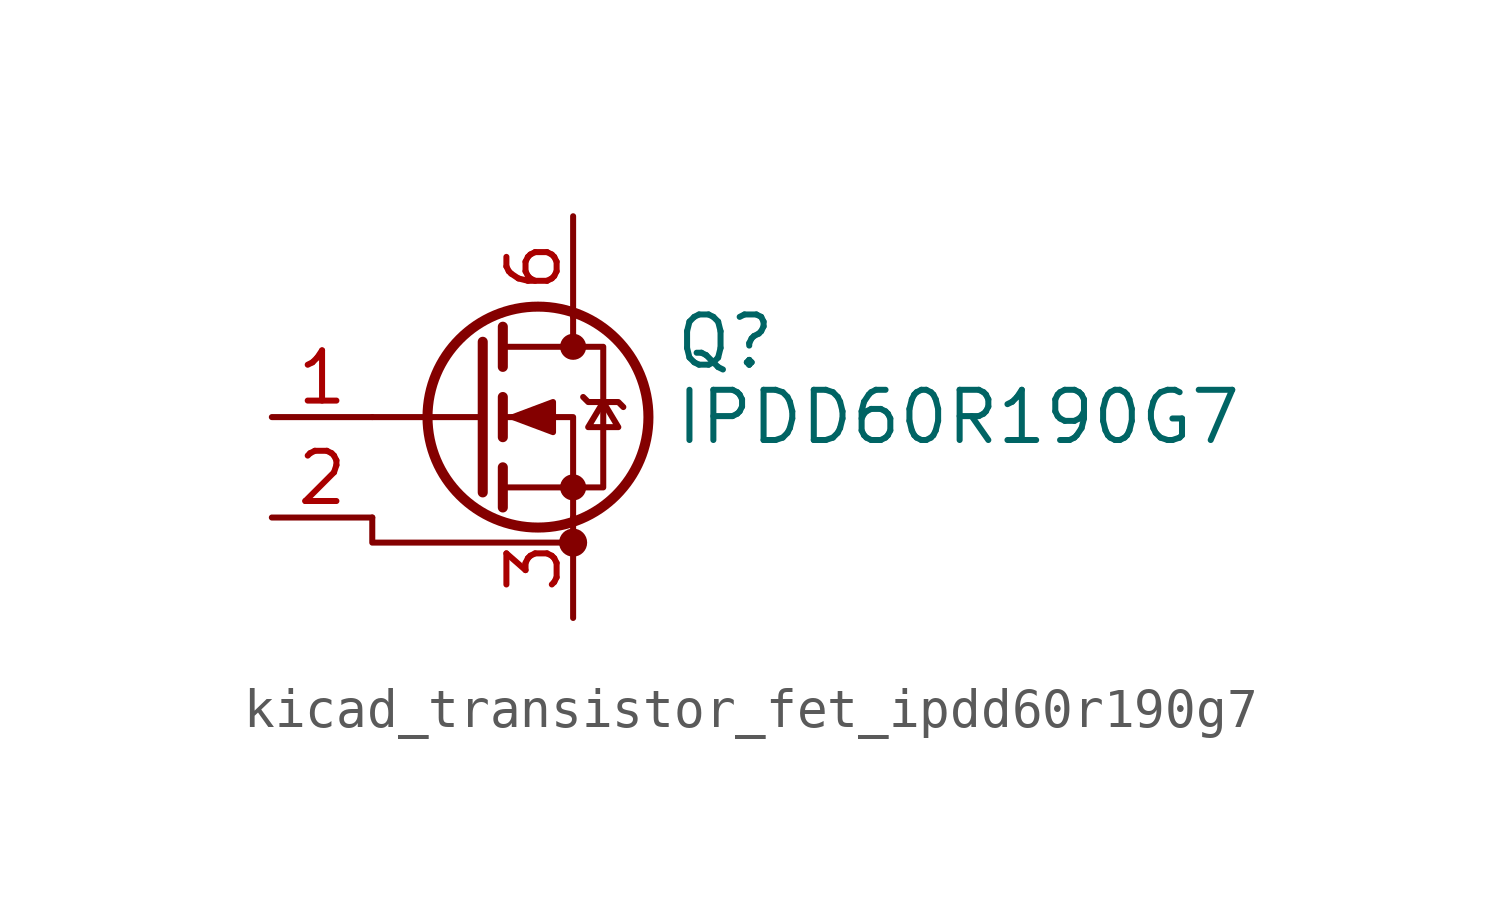
<source format=kicad_sym>
(kicad_symbol_lib
  (version 20220914)
  (generator kicad_symbol_editor)
  (symbol "kicad_transistor_fet_ipdd60r190g7"
    (pin_names hide)
    (property "Reference" "Q"
      (at 5.08 1.905 0)
      (effects (font (size 1.27 1.27)) (justify left)))
    (property "Value" "IPDD60R190G7"
      (at 5.08 0 0)
      (effects (font (size 1.27 1.27)) (justify left)))
    (symbol "kicad_transistor_fet_ipdd60r190g7_0_1"
      (polyline (pts (xy 0.254 0) (xy -2.54 0)) (stroke (width 0) (type default)) (fill (type none)))
      (polyline (pts (xy 0.254 1.905) (xy 0.254 -1.905)) (stroke (width 0.254) (type default)) (fill (type none)))
      (polyline (pts (xy 0.762 -1.27) (xy 0.762 -2.286)) (stroke (width 0.254) (type default)) (fill (type none)))
      (polyline (pts (xy 0.762 0.508) (xy 0.762 -0.508)) (stroke (width 0.254) (type default)) (fill (type none)))
      (polyline (pts (xy 0.762 2.286) (xy 0.762 1.27)) (stroke (width 0.254) (type default)) (fill (type none)))
      (polyline (pts (xy 2.54 2.54) (xy 2.54 1.778)) (stroke (width 0) (type default)) (fill (type none)))
      (polyline (pts (xy -2.54 -2.54) (xy -2.54 -3.175) (xy 2.54 -3.175)) (stroke (width 0) (type default)) (fill (type none)))
      (polyline (pts (xy 2.54 -2.54) (xy 2.54 0) (xy 0.762 0)) (stroke (width 0) (type default)) (fill (type none)))
      (polyline (pts (xy 0.762 -1.778) (xy 3.302 -1.778) (xy 3.302 1.778) (xy 0.762 1.778)) (stroke (width 0) (type default)) (fill (type none)))
      (polyline (pts (xy 1.016 0) (xy 2.032 0.381) (xy 2.032 -0.381) (xy 1.016 0)) (stroke (width 0) (type default)) (fill (type outline)))
      (polyline (pts (xy 2.794 0.508) (xy 2.921 0.381) (xy 3.683 0.381) (xy 3.81 0.254)) (stroke (width 0) (type default)) (fill (type none)))
      (polyline (pts (xy 3.302 0.381) (xy 2.921 -0.254) (xy 3.683 -0.254) (xy 3.302 0.381)) (stroke (width 0) (type default)) (fill (type none)))
      (circle (center 1.651 0) (radius 2.794) (stroke (width 0.254) (type default)) (fill (type none)))
      (circle (center 2.54 -3.175) (radius 0.279) (stroke (width 0) (type default)) (fill (type outline)))
      (circle (center 2.54 -1.778) (radius 0.254) (stroke (width 0) (type default)) (fill (type outline)))
      (circle (center 2.54 1.778) (radius 0.254) (stroke (width 0) (type default)) (fill (type outline))))
    (symbol "kicad_transistor_fet_ipdd60r190g7_1_1"
      (pin input line (at -5.08 0 0) (length 2.54) (name "G" (effects (font (size 1.27 1.27)))) (number "1" (effects (font (size 1.27 1.27)))))
      (pin passive line (at 2.54 5.08 270) (length 2.54) hide (name "D" (effects (font (size 1.27 1.27)))) (number "10" (effects (font (size 1.27 1.27)))))
      (pin passive line (at -5.08 -2.54 0) (length 2.54) (name "DS" (effects (font (size 1.27 1.27)))) (number "2" (effects (font (size 1.27 1.27)))))
      (pin passive line (at 2.54 -5.08 90) (length 2.54) (name "PS" (effects (font (size 1.27 1.27)))) (number "3" (effects (font (size 1.27 1.27)))))
      (pin passive line (at 2.54 -5.08 90) (length 2.54) hide (name "PS" (effects (font (size 1.27 1.27)))) (number "4" (effects (font (size 1.27 1.27)))))
      (pin passive line (at 2.54 -5.08 90) (length 2.54) hide (name "PS" (effects (font (size 1.27 1.27)))) (number "5" (effects (font (size 1.27 1.27)))))
      (pin passive line (at 2.54 5.08 270) (length 2.54) (name "D" (effects (font (size 1.27 1.27)))) (number "6" (effects (font (size 1.27 1.27)))))
      (pin passive line (at 2.54 5.08 270) (length 2.54) hide (name "D" (effects (font (size 1.27 1.27)))) (number "7" (effects (font (size 1.27 1.27)))))
      (pin passive line (at 2.54 5.08 270) (length 2.54) hide (name "D" (effects (font (size 1.27 1.27)))) (number "8" (effects (font (size 1.27 1.27)))))
      (pin passive line (at 2.54 5.08 270) (length 2.54) hide (name "D" (effects (font (size 1.27 1.27)))) (number "9" (effects (font (size 1.27 1.27))))))))
</source>
